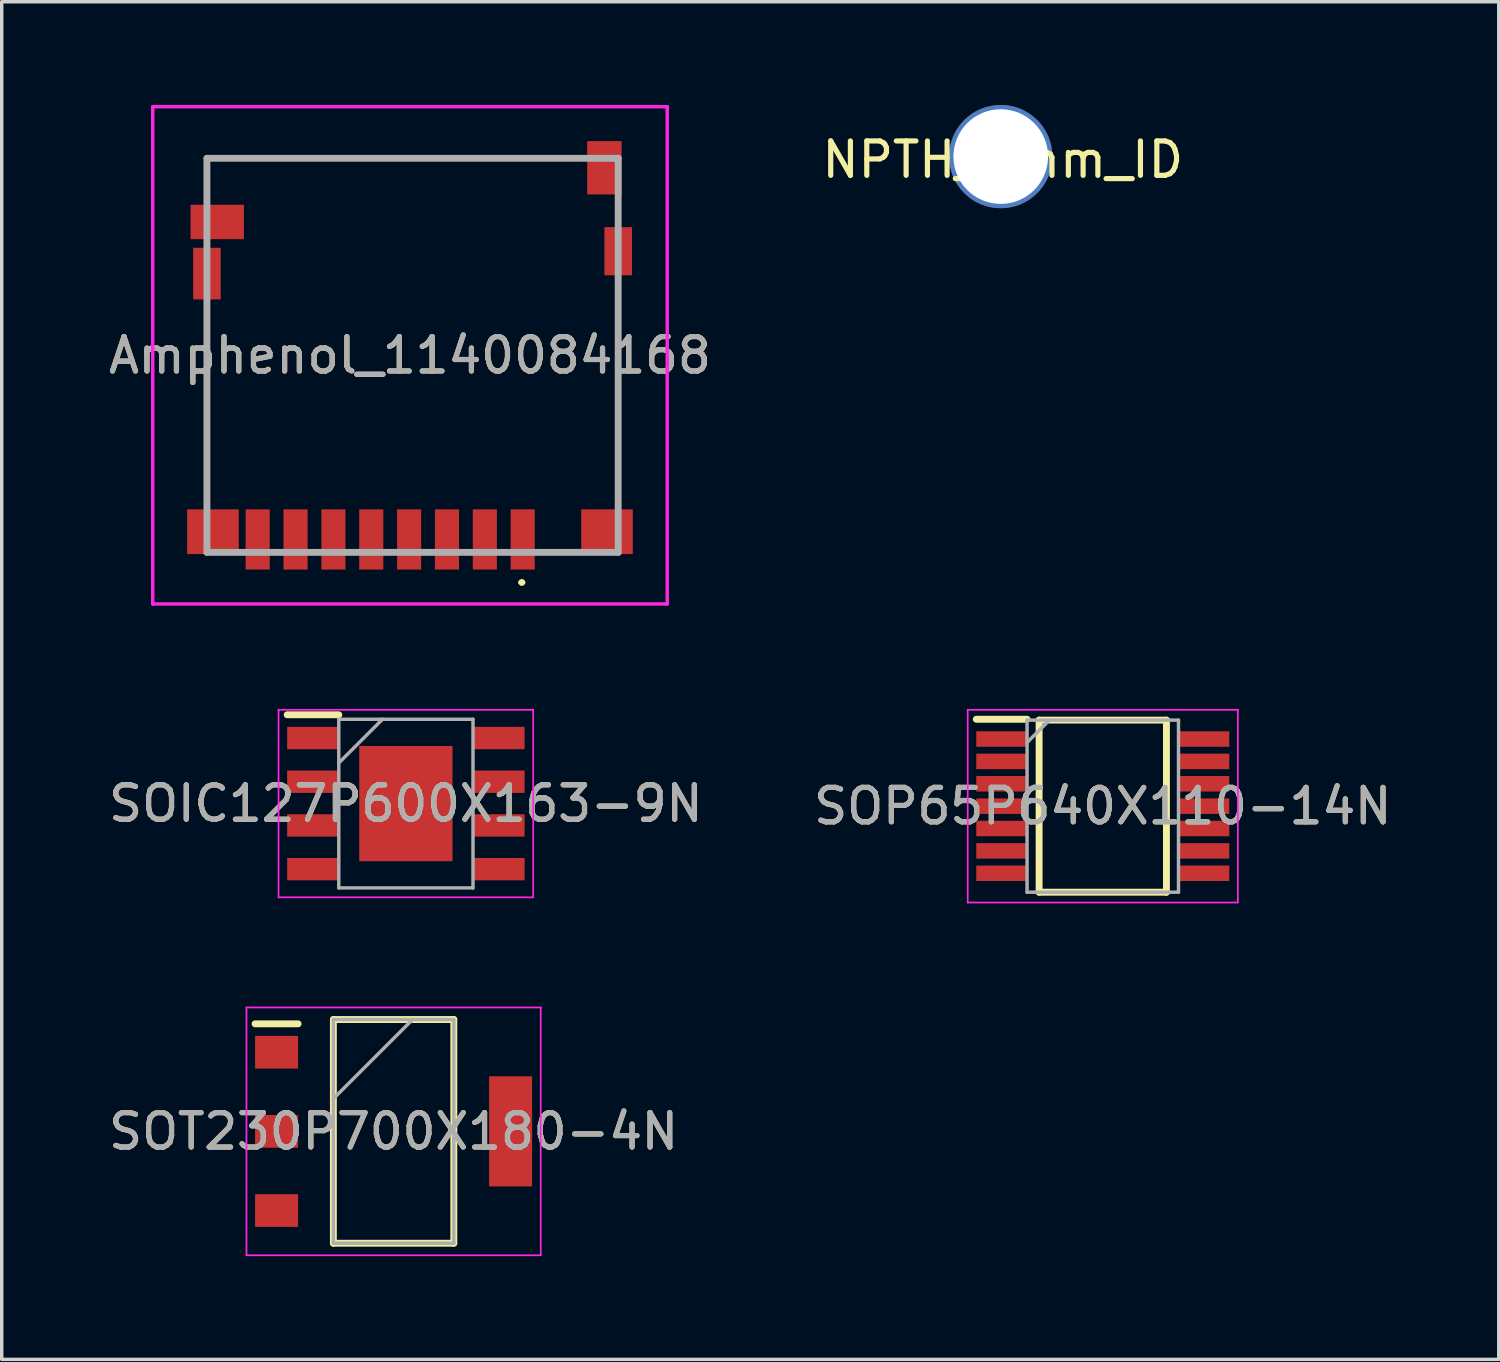
<source format=kicad_pcb>
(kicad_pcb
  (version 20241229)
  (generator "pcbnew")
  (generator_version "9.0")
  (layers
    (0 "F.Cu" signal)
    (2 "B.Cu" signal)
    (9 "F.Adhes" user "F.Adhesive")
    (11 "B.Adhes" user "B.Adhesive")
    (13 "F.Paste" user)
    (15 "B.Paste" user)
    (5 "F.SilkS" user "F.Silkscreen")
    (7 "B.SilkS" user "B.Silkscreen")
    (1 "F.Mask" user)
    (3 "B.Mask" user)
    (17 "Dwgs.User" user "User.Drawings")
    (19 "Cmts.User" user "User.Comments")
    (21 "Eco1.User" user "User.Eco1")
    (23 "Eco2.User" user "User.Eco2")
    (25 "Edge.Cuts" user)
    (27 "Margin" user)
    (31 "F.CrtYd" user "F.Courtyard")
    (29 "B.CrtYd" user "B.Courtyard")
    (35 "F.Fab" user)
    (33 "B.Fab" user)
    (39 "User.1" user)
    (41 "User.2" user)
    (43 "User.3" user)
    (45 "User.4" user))
  (footprint "Amphenol_1140084168"
    (layer "F.Cu")
    (at 8.863 7.275)
    (property "Reference" "Amphenol_1140084168" (at 0 0 0) (layer "F.SilkS") (effects (font (size 1 1) (thickness 0.15))))
    (attr smd)
    (fp_line (start -5.9 -5.725) (end 4.175 -5.725) (stroke (width 0.1) (type solid)) (layer "F.SilkS"))
    (fp_line (start -5.9 -5.025) (end -5.9 -5.725) (stroke (width 0.1) (type solid)) (layer "F.SilkS"))
    (fp_line (start -5.9 -1.025) (end -5.9 3.975) (stroke (width 0.1) (type solid)) (layer "F.SilkS"))
    (fp_line (start 3.2 6.6) (end 3.2 6.6) (stroke (width 0.1) (type solid)) (layer "F.SilkS"))
    (fp_line (start 3.3 6.6) (end 3.3 6.6) (stroke (width 0.1) (type solid)) (layer "F.SilkS"))
    (fp_line (start 6.05 -2.025) (end 6.05 3.975) (stroke (width 0.1) (type solid)) (layer "F.SilkS"))
    (fp_arc (start 3.2 6.6) (mid 3.25 6.55) (end 3.3 6.6) (stroke (width 0.1) (type solid)) (layer "F.SilkS"))
    (fp_arc (start 3.3 6.6) (mid 3.25 6.65) (end 3.2 6.6) (stroke (width 0.1) (type solid)) (layer "F.SilkS"))
    (fp_line (start -7.475 -7.225) (end 7.475 -7.225) (stroke (width 0.1) (type solid)) (layer "F.CrtYd"))
    (fp_line (start -7.475 7.225) (end -7.475 -7.225) (stroke (width 0.1) (type solid)) (layer "F.CrtYd"))
    (fp_line (start 7.475 -7.225) (end 7.475 7.225) (stroke (width 0.1) (type solid)) (layer "F.CrtYd"))
    (fp_line (start 7.475 7.225) (end -7.475 7.225) (stroke (width 0.1) (type solid)) (layer "F.CrtYd"))
    (fp_line (start -5.9 -5.725) (end 6.05 -5.725) (stroke (width 0.2) (type solid)) (layer "F.Fab"))
    (fp_line (start -5.9 5.725) (end -5.9 -5.725) (stroke (width 0.2) (type solid)) (layer "F.Fab"))
    (fp_line (start 6.05 -5.725) (end 6.05 5.725) (stroke (width 0.2) (type solid)) (layer "F.Fab"))
    (fp_line (start 6.05 5.725) (end -5.9 5.725) (stroke (width 0.2) (type solid)) (layer "F.Fab"))
    (fp_text user "${REFERENCE}" (at 0 0 0) (layer "F.Fab") (effects (font (size 1 1) (thickness 0.15))))
    (pad "1" smd rect (at 3.275 5.35) (size 0.7 1.75) (layers "F.Cu" "F.Mask" "F.Paste"))
    (pad "2" smd rect (at 2.175 5.35) (size 0.7 1.75) (layers "F.Cu" "F.Mask" "F.Paste"))
    (pad "3" smd rect (at 1.075 5.35) (size 0.7 1.75) (layers "F.Cu" "F.Mask" "F.Paste"))
    (pad "4" smd rect (at -0.025 5.35) (size 0.7 1.75) (layers "F.Cu" "F.Mask" "F.Paste"))
    (pad "5" smd rect (at -1.125 5.35) (size 0.7 1.75) (layers "F.Cu" "F.Mask" "F.Paste"))
    (pad "6" smd rect (at -2.225 5.35) (size 0.7 1.75) (layers "F.Cu" "F.Mask" "F.Paste"))
    (pad "7" smd rect (at -3.325 5.35) (size 0.7 1.75) (layers "F.Cu" "F.Mask" "F.Paste"))
    (pad "8" smd rect (at -4.425 5.35) (size 0.7 1.75) (layers "F.Cu" "F.Mask" "F.Paste"))
    (pad "9" smd rect (at -5.725 5.125 90) (size 1.3 1.5) (layers "F.Cu" "F.Mask" "F.Paste"))
    (pad "10" smd rect (at 5.725 5.125 90) (size 1.3 1.5) (layers "F.Cu" "F.Mask" "F.Paste"))
    (pad "11" smd rect (at -5.9 -2.375) (size 0.8 1.5) (layers "F.Cu" "F.Mask" "F.Paste"))
    (pad "12" smd rect (at 6.05 -3.025) (size 0.8 1.4) (layers "F.Cu" "F.Mask" "F.Paste"))
    (pad "CD1" smd rect (at -5.6 -3.875 90) (size 1 1.55) (layers "F.Cu" "F.Mask" "F.Paste"))
    (pad "CD2" smd rect (at 5.65 -5.45) (size 1 1.55) (layers "F.Cu" "F.Mask" "F.Paste")))
  (footprint "SOP65P640X110-14N"
    (layer "F.Cu")
    (at 28.994 20.375)
    (property "Reference" "SOP65P640X110-14N" (at 0 0 0) (layer "F.SilkS") (effects (font (size 1 1) (thickness 0.15))))
    (attr smd)
    (fp_line (start -3.675 -2.525) (end -2.2 -2.525) (stroke (width 0.2) (type solid)) (layer "F.SilkS"))
    (fp_line (start -1.85 -2.5) (end 1.85 -2.5) (stroke (width 0.2) (type solid)) (layer "F.SilkS"))
    (fp_line (start -1.85 2.5) (end -1.85 -2.5) (stroke (width 0.2) (type solid)) (layer "F.SilkS"))
    (fp_line (start 1.85 -2.5) (end 1.85 2.5) (stroke (width 0.2) (type solid)) (layer "F.SilkS"))
    (fp_line (start 1.85 2.5) (end -1.85 2.5) (stroke (width 0.2) (type solid)) (layer "F.SilkS"))
    (fp_line (start -3.925 -2.8) (end 3.925 -2.8) (stroke (width 0.05) (type solid)) (layer "F.CrtYd"))
    (fp_line (start -3.925 2.8) (end -3.925 -2.8) (stroke (width 0.05) (type solid)) (layer "F.CrtYd"))
    (fp_line (start 3.925 -2.8) (end 3.925 2.8) (stroke (width 0.05) (type solid)) (layer "F.CrtYd"))
    (fp_line (start 3.925 2.8) (end -3.925 2.8) (stroke (width 0.05) (type solid)) (layer "F.CrtYd"))
    (fp_line (start -2.2 -2.5) (end 2.2 -2.5) (stroke (width 0.1) (type solid)) (layer "F.Fab"))
    (fp_line (start -2.2 -1.85) (end -1.55 -2.5) (stroke (width 0.1) (type solid)) (layer "F.Fab"))
    (fp_line (start -2.2 2.5) (end -2.2 -2.5) (stroke (width 0.1) (type solid)) (layer "F.Fab"))
    (fp_line (start 2.2 -2.5) (end 2.2 2.5) (stroke (width 0.1) (type solid)) (layer "F.Fab"))
    (fp_line (start 2.2 2.5) (end -2.2 2.5) (stroke (width 0.1) (type solid)) (layer "F.Fab"))
    (fp_text user "${REFERENCE}" (at 0 0 0) (layer "F.Fab") (effects (font (size 1 1) (thickness 0.15))))
    (pad "1" smd rect (at -2.938 -1.95 90) (size 0.45 1.475) (layers "F.Cu" "F.Mask" "F.Paste"))
    (pad "2" smd rect (at -2.938 -1.3 90) (size 0.45 1.475) (layers "F.Cu" "F.Mask" "F.Paste"))
    (pad "3" smd rect (at -2.938 -0.65 90) (size 0.45 1.475) (layers "F.Cu" "F.Mask" "F.Paste"))
    (pad "4" smd rect (at -2.938 0 90) (size 0.45 1.475) (layers "F.Cu" "F.Mask" "F.Paste"))
    (pad "5" smd rect (at -2.938 0.65 90) (size 0.45 1.475) (layers "F.Cu" "F.Mask" "F.Paste"))
    (pad "6" smd rect (at -2.938 1.3 90) (size 0.45 1.475) (layers "F.Cu" "F.Mask" "F.Paste"))
    (pad "7" smd rect (at -2.938 1.95 90) (size 0.45 1.475) (layers "F.Cu" "F.Mask" "F.Paste"))
    (pad "8" smd rect (at 2.938 1.95 90) (size 0.45 1.475) (layers "F.Cu" "F.Mask" "F.Paste"))
    (pad "9" smd rect (at 2.938 1.3 90) (size 0.45 1.475) (layers "F.Cu" "F.Mask" "F.Paste"))
    (pad "10" smd rect (at 2.938 0.65 90) (size 0.45 1.475) (layers "F.Cu" "F.Mask" "F.Paste"))
    (pad "11" smd rect (at 2.938 0 90) (size 0.45 1.475) (layers "F.Cu" "F.Mask" "F.Paste"))
    (pad "12" smd rect (at 2.938 -0.65 90) (size 0.45 1.475) (layers "F.Cu" "F.Mask" "F.Paste"))
    (pad "13" smd rect (at 2.938 -1.3 90) (size 0.45 1.475) (layers "F.Cu" "F.Mask" "F.Paste"))
    (pad "14" smd rect (at 2.938 -1.95 90) (size 0.45 1.475) (layers "F.Cu" "F.Mask" "F.Paste")))
  (footprint "SOIC127P600X163-9N"
    (layer "F.Cu")
    (at 8.744 20.3)
    (property "Reference" "SOIC127P600X163-9N" (at 0 0 0) (layer "F.SilkS") (effects (font (size 1 1) (thickness 0.15))))
    (attr smd)
    (fp_line (start -3.45 -2.58) (end -1.95 -2.58) (stroke (width 0.2) (type solid)) (layer "F.SilkS"))
    (fp_line (start -3.7 -2.725) (end 3.7 -2.725) (stroke (width 0.05) (type solid)) (layer "F.CrtYd"))
    (fp_line (start -3.7 2.725) (end -3.7 -2.725) (stroke (width 0.05) (type solid)) (layer "F.CrtYd"))
    (fp_line (start 3.7 -2.725) (end 3.7 2.725) (stroke (width 0.05) (type solid)) (layer "F.CrtYd"))
    (fp_line (start 3.7 2.725) (end -3.7 2.725) (stroke (width 0.05) (type solid)) (layer "F.CrtYd"))
    (fp_line (start -1.95 -2.45) (end 1.95 -2.45) (stroke (width 0.1) (type solid)) (layer "F.Fab"))
    (fp_line (start -1.95 -1.18) (end -0.68 -2.45) (stroke (width 0.1) (type solid)) (layer "F.Fab"))
    (fp_line (start -1.95 2.45) (end -1.95 -2.45) (stroke (width 0.1) (type solid)) (layer "F.Fab"))
    (fp_line (start 1.95 -2.45) (end 1.95 2.45) (stroke (width 0.1) (type solid)) (layer "F.Fab"))
    (fp_line (start 1.95 2.45) (end -1.95 2.45) (stroke (width 0.1) (type solid)) (layer "F.Fab"))
    (fp_text user "${REFERENCE}" (at 0 0 0) (layer "F.Fab") (effects (font (size 1 1) (thickness 0.15))))
    (pad "1" smd rect (at -2.7 -1.905 90) (size 0.65 1.5) (layers "F.Cu" "F.Mask" "F.Paste"))
    (pad "2" smd rect (at -2.7 -0.635 90) (size 0.65 1.5) (layers "F.Cu" "F.Mask" "F.Paste"))
    (pad "3" smd rect (at -2.7 0.635 90) (size 0.65 1.5) (layers "F.Cu" "F.Mask" "F.Paste"))
    (pad "4" smd rect (at -2.7 1.905 90) (size 0.65 1.5) (layers "F.Cu" "F.Mask" "F.Paste"))
    (pad "5" smd rect (at 2.7 1.905 90) (size 0.65 1.5) (layers "F.Cu" "F.Mask" "F.Paste"))
    (pad "6" smd rect (at 2.7 0.635 90) (size 0.65 1.5) (layers "F.Cu" "F.Mask" "F.Paste"))
    (pad "7" smd rect (at 2.7 -0.635 90) (size 0.65 1.5) (layers "F.Cu" "F.Mask" "F.Paste"))
    (pad "8" smd rect (at 2.7 -1.905 90) (size 0.65 1.5) (layers "F.Cu" "F.Mask" "F.Paste"))
    (pad "9" smd rect (at 0 0) (size 2.71 3.35) (layers "F.Cu" "F.Mask" "F.Paste")))
  (footprint "SOT230P700X180-4N"
    (layer "F.Cu")
    (at 8.387 29.825)
    (property "Reference" "SOT230P700X180-4N" (at 0 0 0) (layer "F.SilkS") (effects (font (size 1 1) (thickness 0.15))))
    (attr smd)
    (fp_line (start -4.025 -3.125) (end -2.775 -3.125) (stroke (width 0.2) (type solid)) (layer "F.SilkS"))
    (fp_line (start -1.75 -3.25) (end 1.75 -3.25) (stroke (width 0.2) (type solid)) (layer "F.SilkS"))
    (fp_line (start -1.75 3.25) (end -1.75 -3.25) (stroke (width 0.2) (type solid)) (layer "F.SilkS"))
    (fp_line (start 1.75 -3.25) (end 1.75 3.25) (stroke (width 0.2) (type solid)) (layer "F.SilkS"))
    (fp_line (start 1.75 3.25) (end -1.75 3.25) (stroke (width 0.2) (type solid)) (layer "F.SilkS"))
    (fp_line (start -4.275 -3.6) (end 4.275 -3.6) (stroke (width 0.05) (type solid)) (layer "F.CrtYd"))
    (fp_line (start -4.275 3.6) (end -4.275 -3.6) (stroke (width 0.05) (type solid)) (layer "F.CrtYd"))
    (fp_line (start 4.275 -3.6) (end 4.275 3.6) (stroke (width 0.05) (type solid)) (layer "F.CrtYd"))
    (fp_line (start 4.275 3.6) (end -4.275 3.6) (stroke (width 0.05) (type solid)) (layer "F.CrtYd"))
    (fp_line (start -1.75 -3.25) (end 1.75 -3.25) (stroke (width 0.1) (type solid)) (layer "F.Fab"))
    (fp_line (start -1.75 -0.95) (end 0.55 -3.25) (stroke (width 0.1) (type solid)) (layer "F.Fab"))
    (fp_line (start -1.75 3.25) (end -1.75 -3.25) (stroke (width 0.1) (type solid)) (layer "F.Fab"))
    (fp_line (start 1.75 -3.25) (end 1.75 3.25) (stroke (width 0.1) (type solid)) (layer "F.Fab"))
    (fp_line (start 1.75 3.25) (end -1.75 3.25) (stroke (width 0.1) (type solid)) (layer "F.Fab"))
    (fp_text user "${REFERENCE}" (at 0 0 0) (layer "F.Fab") (effects (font (size 1 1) (thickness 0.15))))
    (pad "1" smd rect (at -3.4 -2.3 90) (size 0.95 1.25) (layers "F.Cu" "F.Mask" "F.Paste"))
    (pad "2" smd rect (at -3.4 0 90) (size 0.95 1.25) (layers "F.Cu" "F.Mask" "F.Paste"))
    (pad "3" smd rect (at -3.4 2.3 90) (size 0.95 1.25) (layers "F.Cu" "F.Mask" "F.Paste"))
    (pad "4" smd rect (at 3.4 0) (size 1.25 3.2) (layers "F.Cu" "F.Mask" "F.Paste")))
  (footprint "NPTH_3mm_ID"
    (layer "F.Cu")
    (at 26.029 1.5)
    (property "Reference" "NPTH_3mm_ID" (at 0.06 0.09 0) (layer "F.SilkS") (effects (font (size 1 1) (thickness 0.15))))
    (attr through_hole exclude_from_pos_files exclude_from_bom)
    (pad "" np_thru_hole circle (at 0 0) (size 3 3) (drill 2.75) (layers "*.Cu" "*.Mask")))
  (gr_rect
    (start -3 -3)
    (end 40.5 36.45)
    (stroke (width 0.1) (type default))
    (fill no)
    (layer "Edge.Cuts")))
</source>
